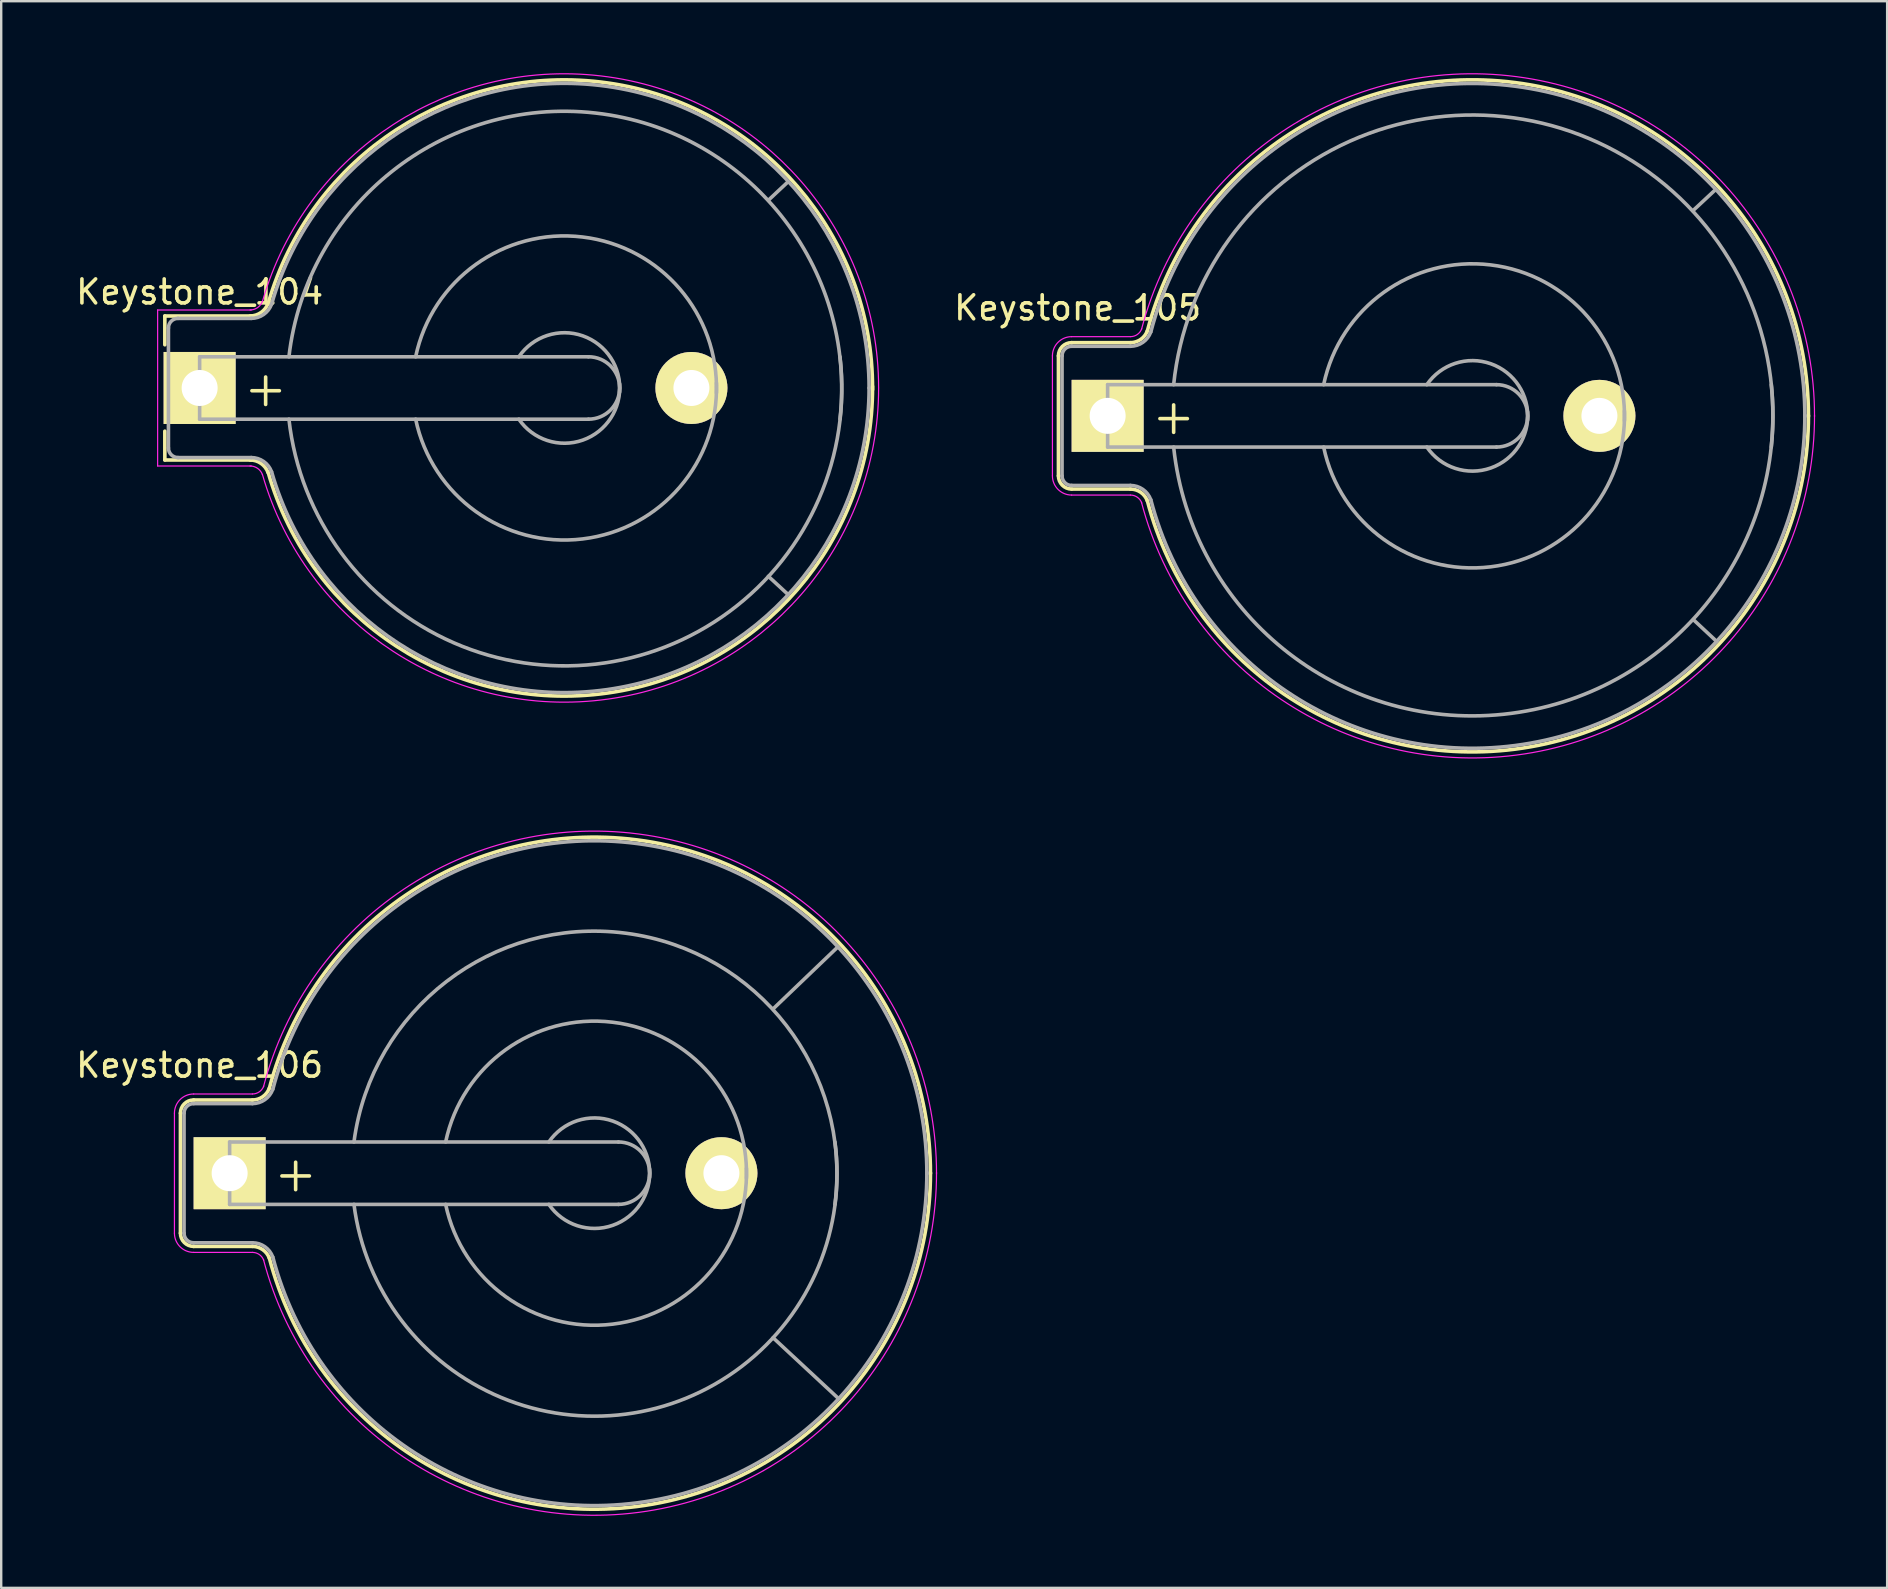
<source format=kicad_pcb>
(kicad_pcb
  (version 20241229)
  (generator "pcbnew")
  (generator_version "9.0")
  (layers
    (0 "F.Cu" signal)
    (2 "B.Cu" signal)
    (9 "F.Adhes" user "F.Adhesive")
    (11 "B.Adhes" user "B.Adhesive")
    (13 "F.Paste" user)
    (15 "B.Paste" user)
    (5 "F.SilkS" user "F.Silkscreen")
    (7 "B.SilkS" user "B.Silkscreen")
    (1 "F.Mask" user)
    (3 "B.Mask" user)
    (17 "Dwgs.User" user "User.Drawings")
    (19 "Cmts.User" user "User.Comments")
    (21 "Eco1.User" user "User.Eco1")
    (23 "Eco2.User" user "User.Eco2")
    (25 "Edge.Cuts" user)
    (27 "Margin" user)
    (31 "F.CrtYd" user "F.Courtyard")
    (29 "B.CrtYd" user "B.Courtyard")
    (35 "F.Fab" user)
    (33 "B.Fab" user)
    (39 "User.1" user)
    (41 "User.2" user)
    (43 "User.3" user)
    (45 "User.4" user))
  (footprint "Keystone_105"
    (layer "F.Cu")
    (at 43.1 14.277)
    (property "Reference" "Keystone_105" (at -1.25 -4.5 0) (layer "F.SilkS") (effects (font (size 1 1) (thickness 0.15))))
    (attr through_hole)
    (fp_line (start -2.05 -2.5) (end -2.05 2.5) (stroke (width 0.15) (type solid)) (layer "F.SilkS"))
    (fp_line (start -1.5 3.05) (end 0.95 3.05) (stroke (width 0.15) (type solid)) (layer "F.SilkS"))
    (fp_line (start 0.95 -3.05) (end -1.5 -3.05) (stroke (width 0.15) (type solid)) (layer "F.SilkS"))
    (fp_arc (start -2.05 -2.5) (mid -1.888909 -2.888909) (end -1.5 -3.05) (stroke (width 0.15) (type solid)) (layer "F.SilkS"))
    (fp_arc (start -1.5 3.05) (mid -1.888909 2.888909) (end -2.05 2.5) (stroke (width 0.15) (type solid)) (layer "F.SilkS"))
    (fp_arc (start 0.95 3.05) (mid 1.380182 3.185636) (end 1.654769 3.543485) (stroke (width 0.15) (type solid)) (layer "F.SilkS"))
    (fp_arc (start 1.65 -3.52) (mid 16.981862 -13.885887) (end 29.199738 0.015231) (stroke (width 0.15) (type solid)) (layer "F.SilkS"))
    (fp_arc (start 1.654769 -3.543485) (mid 1.380182 -3.185636) (end 0.95 -3.05) (stroke (width 0.15) (type solid)) (layer "F.SilkS"))
    (fp_arc (start 29.199738 -0.015231) (mid 16.981862 13.885887) (end 1.65 3.52) (stroke (width 0.15) (type solid)) (layer "F.SilkS"))
    (fp_line (start -2.3 -2.5) (end -2.3 2.5) (stroke (width 0.05) (type solid)) (layer "F.CrtYd"))
    (fp_line (start -1.5 3.3) (end 0.95 3.3) (stroke (width 0.05) (type solid)) (layer "F.CrtYd"))
    (fp_line (start 0.95 -3.3) (end -1.5 -3.3) (stroke (width 0.05) (type solid)) (layer "F.CrtYd"))
    (fp_arc (start -2.3 -2.5) (mid -2.065685 -3.065685) (end -1.5 -3.3) (stroke (width 0.05) (type solid)) (layer "F.CrtYd"))
    (fp_arc (start -1.5 3.3) (mid -2.065685 3.065685) (end -2.3 2.5) (stroke (width 0.05) (type solid)) (layer "F.CrtYd"))
    (fp_arc (start 0.95 3.3) (mid 1.236788 3.390424) (end 1.419846 3.62899) (stroke (width 0.05) (type solid)) (layer "F.CrtYd"))
    (fp_arc (start 1.41 -3.6) (mid 17.030934 -14.134065) (end 29.452124 0.032591) (stroke (width 0.05) (type solid)) (layer "F.CrtYd"))
    (fp_arc (start 1.419846 -3.62899) (mid 1.236788 -3.390424) (end 0.95 -3.3) (stroke (width 0.05) (type solid)) (layer "F.CrtYd"))
    (fp_arc (start 29.452124 -0.032591) (mid 17.030934 14.134065) (end 1.41 3.6) (stroke (width 0.05) (type solid)) (layer "F.CrtYd"))
    (fp_line (start -1.9 -2.5) (end -1.9 2.5) (stroke (width 0.15) (type solid)) (layer "F.Fab"))
    (fp_line (start -1.5 2.9) (end 0.95 2.9) (stroke (width 0.15) (type solid)) (layer "F.Fab"))
    (fp_line (start 0 -1.3) (end 0 1.3) (stroke (width 0.15) (type solid)) (layer "F.Fab"))
    (fp_line (start 0 1.3) (end 16.2 1.3) (stroke (width 0.15) (type solid)) (layer "F.Fab"))
    (fp_line (start 0.95 -2.9) (end -1.5 -2.9) (stroke (width 0.15) (type solid)) (layer "F.Fab"))
    (fp_line (start 16.2 -1.3) (end 0 -1.3) (stroke (width 0.15) (type solid)) (layer "F.Fab"))
    (fp_line (start 24.384 -8.547) (end 25.299 -9.399) (stroke (width 0.15) (type solid)) (layer "F.Fab"))
    (fp_line (start 24.409 8.496) (end 25.375 9.398) (stroke (width 0.15) (type solid)) (layer "F.Fab"))
    (fp_arc (start -1.9 -2.5) (mid -1.782843 -2.782843) (end -1.5 -2.9) (stroke (width 0.15) (type solid)) (layer "F.Fab"))
    (fp_arc (start -1.5 2.9) (mid -1.782843 2.782843) (end -1.9 2.5) (stroke (width 0.15) (type solid)) (layer "F.Fab"))
    (fp_arc (start 0.95 2.9) (mid 1.466219 3.062763) (end 1.795723 3.492182) (stroke (width 0.15) (type solid)) (layer "F.Fab"))
    (fp_arc (start 1.795723 -3.492182) (mid 1.466219 -3.062763) (end 0.95 -2.9) (stroke (width 0.15) (type solid)) (layer "F.Fab"))
    (fp_arc (start 1.8 -3.5) (mid 16.980951 -13.734563) (end 29.049508 0.033425) (stroke (width 0.15) (type solid)) (layer "F.Fab"))
    (fp_arc (start 2.75 -1.3) (mid 16.5 -12.45) (end 27.65 1.3) (stroke (width 0.15) (type solid)) (layer "F.Fab"))
    (fp_arc (start 9 -1.3) (mid 15.954687 -6.28971) (end 21.531551 0.203631) (stroke (width 0.15) (type solid)) (layer "F.Fab"))
    (fp_arc (start 13.3 -1.3) (mid 15.963947 -2.171724) (end 17.495448 0.175833) (stroke (width 0.15) (type solid)) (layer "F.Fab"))
    (fp_arc (start 16.2 -1.3) (mid 17.5 0) (end 16.2 1.3) (stroke (width 0.15) (type solid)) (layer "F.Fab"))
    (fp_arc (start 17.495448 -0.175833) (mid 15.963947 2.171724) (end 13.3 1.3) (stroke (width 0.15) (type solid)) (layer "F.Fab"))
    (fp_arc (start 21.531551 -0.203631) (mid 15.954687 6.28971) (end 9 1.3) (stroke (width 0.15) (type solid)) (layer "F.Fab"))
    (fp_arc (start 27.65 -1.3) (mid 16.5 12.45) (end 2.75 1.3) (stroke (width 0.15) (type solid)) (layer "F.Fab"))
    (fp_arc (start 29.049508 -0.033425) (mid 16.980951 13.734562) (end 1.8 3.5) (stroke (width 0.15) (type solid)) (layer "F.Fab"))
    (fp_text user "+" (at 2.75 0 0) (layer "F.SilkS") (effects (font (size 1.5 1.5) (thickness 0.15))))
    (pad "1" thru_hole rect (at 0 0) (size 3 3) (drill 1.5) (layers "*.Cu" "*.Mask" "F.SilkS"))
    (pad "2" thru_hole circle (at 20.49 0) (size 3 3) (drill 1.5) (layers "*.Cu" "*.Mask" "F.SilkS")))
  (footprint "Keystone_104"
    (layer "F.Cu")
    (at 5.268 13.115)
    (property "Reference" "Keystone_104" (at 0 -4 0) (layer "F.SilkS") (effects (font (size 1 1) (thickness 0.15))))
    (attr through_hole)
    (fp_line (start -1.45 -3) (end 2.15 -3) (stroke (width 0.15) (type solid)) (layer "F.SilkS"))
    (fp_line (start -1.45 -1.8) (end -1.45 -3) (stroke (width 0.15) (type solid)) (layer "F.SilkS"))
    (fp_line (start -1.45 1.8) (end -1.45 3) (stroke (width 0.15) (type solid)) (layer "F.SilkS"))
    (fp_line (start -1.45 3) (end 2.15 3) (stroke (width 0.15) (type solid)) (layer "F.SilkS"))
    (fp_arc (start 2.1 3) (mid 2.558861 3.144678) (end 2.851754 3.526384) (stroke (width 0.15) (type solid)) (layer "F.SilkS"))
    (fp_arc (start 2.85 -3.5) (mid 17.002622 -12.709172) (end 28.03617 0.072313) (stroke (width 0.15) (type solid)) (layer "F.SilkS"))
    (fp_arc (start 2.851754 -3.526384) (mid 2.558861 -3.144678) (end 2.1 -3) (stroke (width 0.15) (type solid)) (layer "F.SilkS"))
    (fp_arc (start 28.03617 -0.072313) (mid 17.002622 12.709172) (end 2.85 3.5) (stroke (width 0.15) (type solid)) (layer "F.SilkS"))
    (fp_line (start -1.75 -3.25) (end 2.15 -3.25) (stroke (width 0.05) (type solid)) (layer "F.CrtYd"))
    (fp_line (start -1.75 3.25) (end -1.75 -3.25) (stroke (width 0.05) (type solid)) (layer "F.CrtYd"))
    (fp_line (start -1.75 3.25) (end 2.15 3.25) (stroke (width 0.05) (type solid)) (layer "F.CrtYd"))
    (fp_arc (start 2.1 3.25) (mid 2.415467 3.349466) (end 2.616831 3.611889) (stroke (width 0.05) (type solid)) (layer "F.CrtYd"))
    (fp_arc (start 2.615 -3.6) (mid 17.013472 -12.963547) (end 28.289773 -0.008354) (stroke (width 0.05) (type solid)) (layer "F.CrtYd"))
    (fp_arc (start 2.616831 -3.611889) (mid 2.415467 -3.349466) (end 2.1 -3.25) (stroke (width 0.05) (type solid)) (layer "F.CrtYd"))
    (fp_arc (start 28.289773 0.008354) (mid 17.013472 12.963547) (end 2.615 3.6) (stroke (width 0.05) (type solid)) (layer "F.CrtYd"))
    (fp_line (start -1.3 -2.5) (end -1.3 2.5) (stroke (width 0.15) (type solid)) (layer "F.Fab"))
    (fp_line (start -0.9 2.9) (end 2.15 2.9) (stroke (width 0.15) (type solid)) (layer "F.Fab"))
    (fp_line (start 0 -1.3) (end 0 1.3) (stroke (width 0.15) (type solid)) (layer "F.Fab"))
    (fp_line (start 0 1.3) (end 16.2 1.3) (stroke (width 0.15) (type solid)) (layer "F.Fab"))
    (fp_line (start 2.15 -2.9) (end -0.9 -2.9) (stroke (width 0.15) (type solid)) (layer "F.Fab"))
    (fp_line (start 16.2 -1.3) (end 0 -1.3) (stroke (width 0.15) (type solid)) (layer "F.Fab"))
    (fp_line (start 23.698 7.849) (end 24.526 8.613) (stroke (width 0.15) (type solid)) (layer "F.Fab"))
    (fp_line (start 23.724 -7.849) (end 24.526 -8.601) (stroke (width 0.15) (type solid)) (layer "F.Fab"))
    (fp_arc (start -1.3 -2.5) (mid -1.182843 -2.782843) (end -0.9 -2.9) (stroke (width 0.15) (type solid)) (layer "F.Fab"))
    (fp_arc (start -0.9 2.9) (mid -1.182843 2.782843) (end -1.3 2.5) (stroke (width 0.15) (type solid)) (layer "F.Fab"))
    (fp_arc (start 2.15 2.9) (mid 2.666219 3.062763) (end 2.995723 3.492182) (stroke (width 0.15) (type solid)) (layer "F.Fab"))
    (fp_arc (start 2.995723 -3.492182) (mid 2.666219 -3.062763) (end 2.15 -2.9) (stroke (width 0.15) (type solid)) (layer "F.Fab"))
    (fp_arc (start 3 -3.5) (mid 16.968026 -12.568376) (end 27.892123 0.00164) (stroke (width 0.15) (type solid)) (layer "F.Fab"))
    (fp_arc (start 3.72 -1.3) (mid 16.5 -11.48) (end 26.68 1.3) (stroke (width 0.15) (type solid)) (layer "F.Fab"))
    (fp_arc (start 9 -1.3) (mid 15.954687 -6.28971) (end 21.531551 0.203631) (stroke (width 0.15) (type solid)) (layer "F.Fab"))
    (fp_arc (start 13.3 -1.3) (mid 15.963947 -2.171724) (end 17.495448 0.175833) (stroke (width 0.15) (type solid)) (layer "F.Fab"))
    (fp_arc (start 16.2 -1.3) (mid 17.5 0) (end 16.2 1.3) (stroke (width 0.15) (type solid)) (layer "F.Fab"))
    (fp_arc (start 17.495448 -0.175833) (mid 15.963947 2.171724) (end 13.3 1.3) (stroke (width 0.15) (type solid)) (layer "F.Fab"))
    (fp_arc (start 21.531551 -0.203631) (mid 15.954687 6.28971) (end 9 1.3) (stroke (width 0.15) (type solid)) (layer "F.Fab"))
    (fp_arc (start 26.68 -1.3) (mid 16.5 11.48) (end 3.72 1.3) (stroke (width 0.15) (type solid)) (layer "F.Fab"))
    (fp_arc (start 27.892123 -0.00164) (mid 16.968026 12.568376) (end 3 3.5) (stroke (width 0.15) (type solid)) (layer "F.Fab"))
    (fp_text user "+" (at 2.75 0 0) (layer "F.SilkS") (effects (font (size 1.5 1.5) (thickness 0.15))))
    (pad "1" thru_hole rect (at 0 0) (size 3 3) (drill 1.5) (layers "*.Cu" "*.Mask" "F.SilkS"))
    (pad "2" thru_hole circle (at 20.49 0) (size 3 3) (drill 1.5) (layers "*.Cu" "*.Mask" "F.SilkS")))
  (footprint "Keystone_106"
    (layer "F.Cu")
    (at 6.518 45.831)
    (property "Reference" "Keystone_106" (at -1.25 -4.5 0) (layer "F.SilkS") (effects (font (size 1 1) (thickness 0.15))))
    (attr through_hole)
    (fp_line (start -2.05 -2.5) (end -2.05 2.5) (stroke (width 0.15) (type solid)) (layer "F.SilkS"))
    (fp_line (start -1.5 3.05) (end 0.95 3.05) (stroke (width 0.15) (type solid)) (layer "F.SilkS"))
    (fp_line (start 0.95 -3.05) (end -1.5 -3.05) (stroke (width 0.15) (type solid)) (layer "F.SilkS"))
    (fp_arc (start -2.05 -2.5) (mid -1.888909 -2.888909) (end -1.5 -3.05) (stroke (width 0.15) (type solid)) (layer "F.SilkS"))
    (fp_arc (start -1.5 3.05) (mid -1.888909 2.888909) (end -2.05 2.5) (stroke (width 0.15) (type solid)) (layer "F.SilkS"))
    (fp_arc (start 0.95 3.05) (mid 1.380182 3.185636) (end 1.654769 3.543485) (stroke (width 0.15) (type solid)) (layer "F.SilkS"))
    (fp_arc (start 1.65 -3.52) (mid 16.981862 -13.885887) (end 29.199738 0.015231) (stroke (width 0.15) (type solid)) (layer "F.SilkS"))
    (fp_arc (start 1.654769 -3.543485) (mid 1.380182 -3.185636) (end 0.95 -3.05) (stroke (width 0.15) (type solid)) (layer "F.SilkS"))
    (fp_arc (start 29.199738 -0.015231) (mid 16.981862 13.885887) (end 1.65 3.52) (stroke (width 0.15) (type solid)) (layer "F.SilkS"))
    (fp_line (start -2.3 -2.5) (end -2.3 2.5) (stroke (width 0.05) (type solid)) (layer "F.CrtYd"))
    (fp_line (start -1.5 3.3) (end 0.95 3.3) (stroke (width 0.05) (type solid)) (layer "F.CrtYd"))
    (fp_line (start 0.95 -3.3) (end -1.5 -3.3) (stroke (width 0.05) (type solid)) (layer "F.CrtYd"))
    (fp_arc (start -2.3 -2.5) (mid -2.065685 -3.065685) (end -1.5 -3.3) (stroke (width 0.05) (type solid)) (layer "F.CrtYd"))
    (fp_arc (start -1.5 3.3) (mid -2.065685 3.065685) (end -2.3 2.5) (stroke (width 0.05) (type solid)) (layer "F.CrtYd"))
    (fp_arc (start 0.95 3.3) (mid 1.236788 3.390424) (end 1.419846 3.62899) (stroke (width 0.05) (type solid)) (layer "F.CrtYd"))
    (fp_arc (start 1.41 -3.6) (mid 17.030934 -14.134065) (end 29.452124 0.032591) (stroke (width 0.05) (type solid)) (layer "F.CrtYd"))
    (fp_arc (start 1.419846 -3.62899) (mid 1.236788 -3.390424) (end 0.95 -3.3) (stroke (width 0.05) (type solid)) (layer "F.CrtYd"))
    (fp_arc (start 29.452124 -0.032591) (mid 17.030934 14.134065) (end 1.41 3.6) (stroke (width 0.05) (type solid)) (layer "F.CrtYd"))
    (fp_line (start -1.9 -2.5) (end -1.9 2.5) (stroke (width 0.15) (type solid)) (layer "F.Fab"))
    (fp_line (start -1.5 2.9) (end 0.95 2.9) (stroke (width 0.15) (type solid)) (layer "F.Fab"))
    (fp_line (start 0 -1.3) (end 0 1.3) (stroke (width 0.15) (type solid)) (layer "F.Fab"))
    (fp_line (start 0 1.3) (end 16.2 1.3) (stroke (width 0.15) (type solid)) (layer "F.Fab"))
    (fp_line (start 0.95 -2.9) (end -1.5 -2.9) (stroke (width 0.15) (type solid)) (layer "F.Fab"))
    (fp_line (start 16.2 -1.3) (end 0 -1.3) (stroke (width 0.15) (type solid)) (layer "F.Fab"))
    (fp_line (start 22.644 6.858) (end 25.35 9.373) (stroke (width 0.15) (type solid)) (layer "F.Fab"))
    (fp_line (start 22.657 -6.858) (end 25.342 -9.429) (stroke (width 0.15) (type solid)) (layer "F.Fab"))
    (fp_arc (start -1.9 -2.5) (mid -1.782843 -2.782843) (end -1.5 -2.9) (stroke (width 0.15) (type solid)) (layer "F.Fab"))
    (fp_arc (start -1.5 2.9) (mid -1.782843 2.782843) (end -1.9 2.5) (stroke (width 0.15) (type solid)) (layer "F.Fab"))
    (fp_arc (start 0.95 2.9) (mid 1.466219 3.062763) (end 1.795723 3.492182) (stroke (width 0.15) (type solid)) (layer "F.Fab"))
    (fp_arc (start 1.795723 -3.492182) (mid 1.466219 -3.062763) (end 0.95 -2.9) (stroke (width 0.15) (type solid)) (layer "F.Fab"))
    (fp_arc (start 1.8 -3.5) (mid 16.980951 -13.734563) (end 29.049508 0.033425) (stroke (width 0.15) (type solid)) (layer "F.Fab"))
    (fp_arc (start 5.18 -1.3) (mid 16.5 -10.02) (end 25.22 1.3) (stroke (width 0.15) (type solid)) (layer "F.Fab"))
    (fp_arc (start 9 -1.3) (mid 15.954687 -6.28971) (end 21.531551 0.203631) (stroke (width 0.15) (type solid)) (layer "F.Fab"))
    (fp_arc (start 13.3 -1.3) (mid 15.963947 -2.171724) (end 17.495448 0.175833) (stroke (width 0.15) (type solid)) (layer "F.Fab"))
    (fp_arc (start 16.2 -1.3) (mid 17.5 0) (end 16.2 1.3) (stroke (width 0.15) (type solid)) (layer "F.Fab"))
    (fp_arc (start 17.495448 -0.175833) (mid 15.963947 2.171724) (end 13.3 1.3) (stroke (width 0.15) (type solid)) (layer "F.Fab"))
    (fp_arc (start 21.531551 -0.203631) (mid 15.954687 6.28971) (end 9 1.3) (stroke (width 0.15) (type solid)) (layer "F.Fab"))
    (fp_arc (start 25.22 -1.3) (mid 16.5 10.02) (end 5.18 1.3) (stroke (width 0.15) (type solid)) (layer "F.Fab"))
    (fp_arc (start 29.049508 -0.033425) (mid 16.980951 13.734562) (end 1.8 3.5) (stroke (width 0.15) (type solid)) (layer "F.Fab"))
    (fp_text user "+" (at 2.75 0 0) (layer "F.SilkS") (effects (font (size 1.5 1.5) (thickness 0.15))))
    (pad "1" thru_hole rect (at 0 0) (size 3 3) (drill 1.5) (layers "*.Cu" "*.Mask" "F.SilkS"))
    (pad "2" thru_hole circle (at 20.49 0) (size 3 3) (drill 1.5) (layers "*.Cu" "*.Mask" "F.SilkS")))
  (gr_rect
    (start -3 -3)
    (end 75.578 63.109)
    (stroke (width 0.1) (type default))
    (fill no)
    (layer "Edge.Cuts")))
</source>
